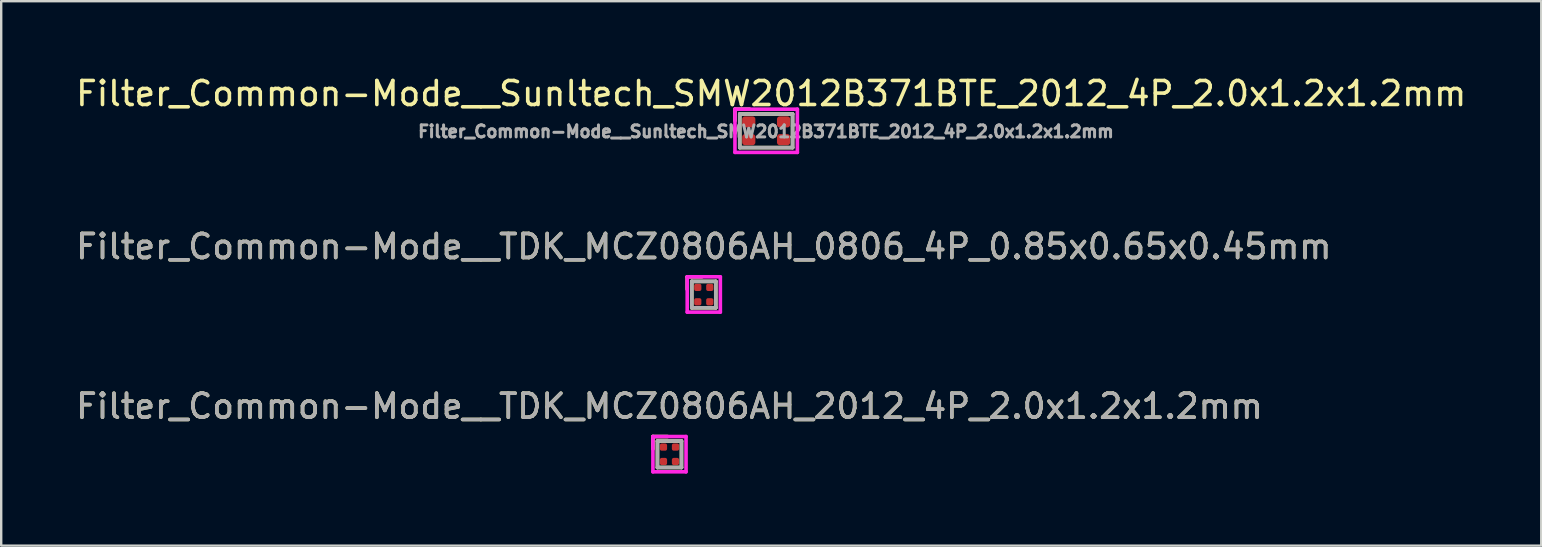
<source format=kicad_pcb>
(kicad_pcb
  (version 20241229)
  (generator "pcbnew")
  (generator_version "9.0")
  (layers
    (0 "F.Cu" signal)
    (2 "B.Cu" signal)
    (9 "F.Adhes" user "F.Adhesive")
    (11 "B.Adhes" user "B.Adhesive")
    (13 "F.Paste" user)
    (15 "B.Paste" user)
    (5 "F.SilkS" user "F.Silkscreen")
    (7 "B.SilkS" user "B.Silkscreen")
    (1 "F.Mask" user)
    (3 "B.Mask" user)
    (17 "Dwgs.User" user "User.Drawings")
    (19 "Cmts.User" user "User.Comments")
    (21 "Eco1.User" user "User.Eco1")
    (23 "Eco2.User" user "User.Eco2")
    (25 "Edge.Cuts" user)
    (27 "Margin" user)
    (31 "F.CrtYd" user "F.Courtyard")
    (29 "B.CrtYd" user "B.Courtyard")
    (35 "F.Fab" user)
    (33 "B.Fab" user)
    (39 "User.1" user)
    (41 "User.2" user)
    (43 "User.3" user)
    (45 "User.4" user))
  (footprint "Filter_Common-Mode__TDK_MCZ0806AH_0806_4P_0.85x0.65x0.45mm"
    (layer "F.Cu")
    (at 26.268 9.222)
    (property "Reference" "Filter_Common-Mode__TDK_MCZ0806AH_0806_4P_0.85x0.65x0.45mm" (at 0 -2 0) (layer "F.SilkS") (effects (font (size 1 1) (thickness 0.15))))
    (attr smd)
    (fp_line (start -0.69 -0.74) (end -0.08 -0.74) (stroke (width 0.15) (type solid)) (layer "F.SilkS"))
    (fp_line (start -0.69 -0.22) (end -0.69 -0.74) (stroke (width 0.15) (type solid)) (layer "F.SilkS"))
    (fp_line (start -0.5 -0.55) (end 0.5 -0.55) (stroke (width 0.15) (type solid)) (layer "F.SilkS"))
    (fp_line (start -0.5 0.55) (end -0.5 -0.55) (stroke (width 0.15) (type solid)) (layer "F.SilkS"))
    (fp_line (start 0.5 -0.55) (end 0.5 0.55) (stroke (width 0.15) (type solid)) (layer "F.SilkS"))
    (fp_line (start 0.5 0.55) (end -0.5 0.55) (stroke (width 0.15) (type solid)) (layer "F.SilkS"))
    (fp_line (start -0.69 -0.74) (end 0.69 -0.74) (stroke (width 0.15) (type solid)) (layer "F.CrtYd"))
    (fp_line (start -0.69 0.73) (end -0.69 -0.74) (stroke (width 0.15) (type solid)) (layer "F.CrtYd"))
    (fp_line (start 0.69 -0.74) (end 0.69 0.73) (stroke (width 0.15) (type solid)) (layer "F.CrtYd"))
    (fp_line (start 0.69 0.73) (end -0.69 0.73) (stroke (width 0.15) (type solid)) (layer "F.CrtYd"))
    (fp_line (start -0.5 -0.55) (end 0.5 -0.55) (stroke (width 0.15) (type solid)) (layer "F.Fab"))
    (fp_line (start -0.5 0.55) (end -0.5 -0.55) (stroke (width 0.15) (type solid)) (layer "F.Fab"))
    (fp_line (start 0.5 -0.55) (end 0.5 0.55) (stroke (width 0.15) (type solid)) (layer "F.Fab"))
    (fp_line (start 0.5 0.55) (end -0.5 0.55) (stroke (width 0.15) (type solid)) (layer "F.Fab"))
    (fp_text user "${REFERENCE}" (at 0 -2 0) (layer "F.Fab") (effects (font (size 1 1) (thickness 0.15))))
    (pad "1" smd roundrect (at -0.25 -0.3 270) (size 0.3 0.3) (layers "F.Cu" "F.Mask" "F.Paste") (roundrect_rratio 0.25))
    (pad "2" smd roundrect (at 0.25 -0.3 270) (size 0.3 0.3) (layers "F.Cu" "F.Mask" "F.Paste") (roundrect_rratio 0.25))
    (pad "3" smd roundrect (at 0.25 0.3 270) (size 0.3 0.3) (layers "F.Cu" "F.Mask" "F.Paste") (roundrect_rratio 0.25))
    (pad "4" smd roundrect (at -0.25 0.3 270) (size 0.3 0.3) (layers "F.Cu" "F.Mask" "F.Paste") (roundrect_rratio 0.25)))
  (footprint "Filter_Common-Mode__TDK_MCZ0806AH_2012_4P_2.0x1.2x1.2mm"
    (layer "F.Cu")
    (at 24.839 15.875)
    (property "Reference" "Filter_Common-Mode__TDK_MCZ0806AH_2012_4P_2.0x1.2x1.2mm" (at 0 -2 0) (layer "F.SilkS") (effects (font (size 1 1) (thickness 0.15))))
    (attr through_hole)
    (fp_line (start -0.69 -0.74) (end -0.08 -0.74) (stroke (width 0.15) (type solid)) (layer "F.SilkS"))
    (fp_line (start -0.69 -0.22) (end -0.69 -0.74) (stroke (width 0.15) (type solid)) (layer "F.SilkS"))
    (fp_line (start -0.5 -0.55) (end 0.5 -0.55) (stroke (width 0.15) (type solid)) (layer "F.SilkS"))
    (fp_line (start -0.5 0.55) (end -0.5 -0.55) (stroke (width 0.15) (type solid)) (layer "F.SilkS"))
    (fp_line (start 0.5 -0.55) (end 0.5 0.55) (stroke (width 0.15) (type solid)) (layer "F.SilkS"))
    (fp_line (start 0.5 0.55) (end -0.5 0.55) (stroke (width 0.15) (type solid)) (layer "F.SilkS"))
    (fp_line (start -0.69 -0.74) (end 0.69 -0.74) (stroke (width 0.15) (type solid)) (layer "F.CrtYd"))
    (fp_line (start -0.69 0.73) (end -0.69 -0.74) (stroke (width 0.15) (type solid)) (layer "F.CrtYd"))
    (fp_line (start 0.69 -0.74) (end 0.69 0.73) (stroke (width 0.15) (type solid)) (layer "F.CrtYd"))
    (fp_line (start 0.69 0.73) (end -0.69 0.73) (stroke (width 0.15) (type solid)) (layer "F.CrtYd"))
    (fp_line (start -0.5 -0.55) (end 0.5 -0.55) (stroke (width 0.15) (type solid)) (layer "F.Fab"))
    (fp_line (start -0.5 0.55) (end -0.5 -0.55) (stroke (width 0.15) (type solid)) (layer "F.Fab"))
    (fp_line (start 0.5 -0.55) (end 0.5 0.55) (stroke (width 0.15) (type solid)) (layer "F.Fab"))
    (fp_line (start 0.5 0.55) (end -0.5 0.55) (stroke (width 0.15) (type solid)) (layer "F.Fab"))
    (fp_text user "${REFERENCE}" (at 0 -2 0) (layer "F.Fab") (effects (font (size 1 1) (thickness 0.15))))
    (pad "1" smd roundrect (at -0.25 -0.3 270) (size 0.3 0.3) (layers "F.Cu" "F.Mask" "F.Paste") (roundrect_rratio 0.25))
    (pad "2" smd roundrect (at 0.25 -0.3 270) (size 0.3 0.3) (layers "F.Cu" "F.Mask" "F.Paste") (roundrect_rratio 0.25))
    (pad "3" smd roundrect (at 0.25 0.3 270) (size 0.3 0.3) (layers "F.Cu" "F.Mask" "F.Paste") (roundrect_rratio 0.25))
    (pad "4" smd roundrect (at -0.25 0.3 270) (size 0.3 0.3) (layers "F.Cu" "F.Mask" "F.Paste") (roundrect_rratio 0.25)))
  (footprint "Filter_Common-Mode__Sunltech_SMW2012B371BTE_2012_4P_2.0x1.2x1.2mm"
    (layer "F.Cu")
    (at 28.867 2.398)
    (property "Reference" "Filter_Common-Mode__Sunltech_SMW2012B371BTE_2012_4P_2.0x1.2x1.2mm" (at 0.21 -1.55 180) (layer "F.SilkS") (effects (font (size 1 1) (thickness 0.15))))
    (attr through_hole)
    (fp_line (start -1.3 -0.9) (end -0.69 -0.9) (stroke (width 0.15) (type solid)) (layer "F.SilkS"))
    (fp_line (start -1.3 -0.42) (end -1.3 -0.9) (stroke (width 0.15) (type solid)) (layer "F.SilkS"))
    (fp_line (start -1.1 -0.7) (end 1.1 -0.7) (stroke (width 0.15) (type solid)) (layer "F.SilkS"))
    (fp_line (start -1.1 0.7) (end -1.1 -0.7) (stroke (width 0.15) (type solid)) (layer "F.SilkS"))
    (fp_line (start 1.1 -0.7) (end 1.1 0.7) (stroke (width 0.15) (type solid)) (layer "F.SilkS"))
    (fp_line (start 1.1 0.7) (end -1.1 0.7) (stroke (width 0.15) (type solid)) (layer "F.SilkS"))
    (fp_line (start -1.3 -0.9) (end 1.3 -0.9) (stroke (width 0.15) (type solid)) (layer "F.CrtYd"))
    (fp_line (start -1.3 0.9) (end -1.3 -0.9) (stroke (width 0.15) (type solid)) (layer "F.CrtYd"))
    (fp_line (start 1.3 -0.9) (end 1.3 0.9) (stroke (width 0.15) (type solid)) (layer "F.CrtYd"))
    (fp_line (start 1.3 0.9) (end -1.3 0.9) (stroke (width 0.15) (type solid)) (layer "F.CrtYd"))
    (fp_line (start -1.1 -0.7) (end 1.1 -0.7) (stroke (width 0.15) (type solid)) (layer "F.Fab"))
    (fp_line (start -1.1 0.7) (end -1.1 -0.7) (stroke (width 0.15) (type solid)) (layer "F.Fab"))
    (fp_line (start 1.1 -0.7) (end 1.1 0.7) (stroke (width 0.15) (type solid)) (layer "F.Fab"))
    (fp_line (start 1.1 0.7) (end -1.1 0.7) (stroke (width 0.15) (type solid)) (layer "F.Fab"))
    (fp_text user "${REFERENCE}" (at -0.01 0.03 0) (layer "F.Fab") (effects (font (size 0.5 0.5) (thickness 0.125))))
    (pad "1" smd roundrect (at -0.725 0.37) (size 0.55 0.46) (layers "F.Cu" "F.Mask" "F.Paste") (roundrect_rratio 0.25))
    (pad "2" smd roundrect (at -0.725 -0.37) (size 0.55 0.46) (layers "F.Cu" "F.Mask" "F.Paste") (roundrect_rratio 0.25))
    (pad "3" smd roundrect (at 0.725 -0.37) (size 0.55 0.46) (layers "F.Cu" "F.Mask" "F.Paste") (roundrect_rratio 0.25))
    (pad "4" smd roundrect (at 0.725 0.37) (size 0.55 0.46) (layers "F.Cu" "F.Mask" "F.Paste") (roundrect_rratio 0.25)))
  (gr_rect
    (start -3 -3)
    (end 61.155 19.68)
    (stroke (width 0.1) (type default))
    (fill no)
    (layer "Edge.Cuts")))
</source>
